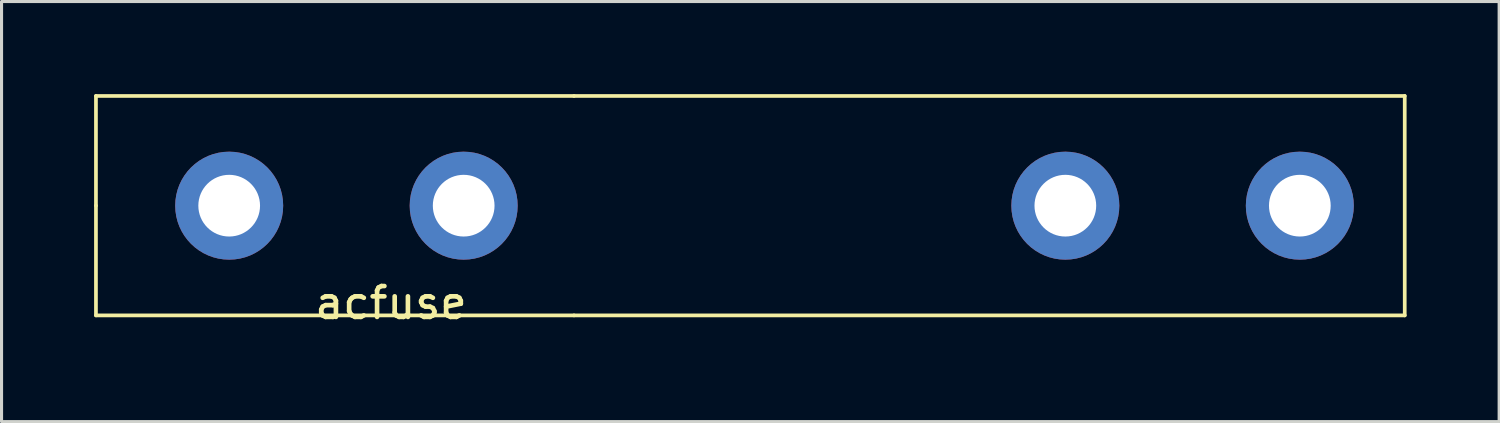
<source format=kicad_pcb>
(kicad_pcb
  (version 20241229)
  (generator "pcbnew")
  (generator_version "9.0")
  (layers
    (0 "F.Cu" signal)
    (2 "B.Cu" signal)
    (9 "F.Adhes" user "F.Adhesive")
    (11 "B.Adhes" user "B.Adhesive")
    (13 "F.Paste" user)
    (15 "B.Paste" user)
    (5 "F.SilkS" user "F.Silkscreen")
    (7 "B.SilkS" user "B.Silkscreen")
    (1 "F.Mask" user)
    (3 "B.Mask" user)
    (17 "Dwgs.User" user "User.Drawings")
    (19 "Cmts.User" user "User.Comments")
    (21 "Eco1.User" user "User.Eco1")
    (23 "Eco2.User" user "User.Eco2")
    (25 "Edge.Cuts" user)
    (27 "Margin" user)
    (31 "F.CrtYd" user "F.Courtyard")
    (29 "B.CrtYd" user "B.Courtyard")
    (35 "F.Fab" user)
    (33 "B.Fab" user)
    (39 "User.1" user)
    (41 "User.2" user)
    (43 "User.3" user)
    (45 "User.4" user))
  (footprint "acfuse"
    (layer "F.Cu")
    (at 9.458 3.616)
    (property "Reference" "acfuse" (at 0.165 3.15 0) (layer "F.SilkS") (effects (font (size 1 1) (thickness 0.15))))
    (attr through_hole)
    (fp_line (start -9.398 -3.556) (end 6.096 -3.556) (stroke (width 0.12) (type solid)) (layer "F.SilkS"))
    (fp_line (start -9.398 0) (end -9.398 -3.556) (stroke (width 0.12) (type solid)) (layer "F.SilkS"))
    (fp_line (start -9.398 3.556) (end -9.398 0) (stroke (width 0.12) (type solid)) (layer "F.SilkS"))
    (fp_line (start 6.096 -3.556) (end 33.02 -3.556) (stroke (width 0.12) (type solid)) (layer "F.SilkS"))
    (fp_line (start 6.096 3.556) (end -9.398 3.556) (stroke (width 0.12) (type solid)) (layer "F.SilkS"))
    (fp_line (start 33.02 -3.556) (end 33.02 3.556) (stroke (width 0.12) (type solid)) (layer "F.SilkS"))
    (fp_line (start 33.02 3.556) (end 6.096 3.556) (stroke (width 0.12) (type solid)) (layer "F.SilkS"))
    (pad "1" thru_hole circle (at -5.08 0) (size 3.5 3.5) (drill 2) (layers "*.Cu" "*.Mask"))
    (pad "1" thru_hole circle (at 2.52 0) (size 3.5 3.5) (drill 2) (layers "*.Cu" "*.Mask"))
    (pad "2" thru_hole circle (at 22.02 0) (size 3.5 3.5) (drill 2) (layers "*.Cu" "*.Mask"))
    (pad "2" thru_hole circle (at 29.62 0) (size 3.5 3.5) (drill 2) (layers "*.Cu" "*.Mask")))
  (gr_rect
    (start -3 -3)
    (end 45.538 10.614)
    (stroke (width 0.1) (type default))
    (fill no)
    (layer "Edge.Cuts")))
</source>
